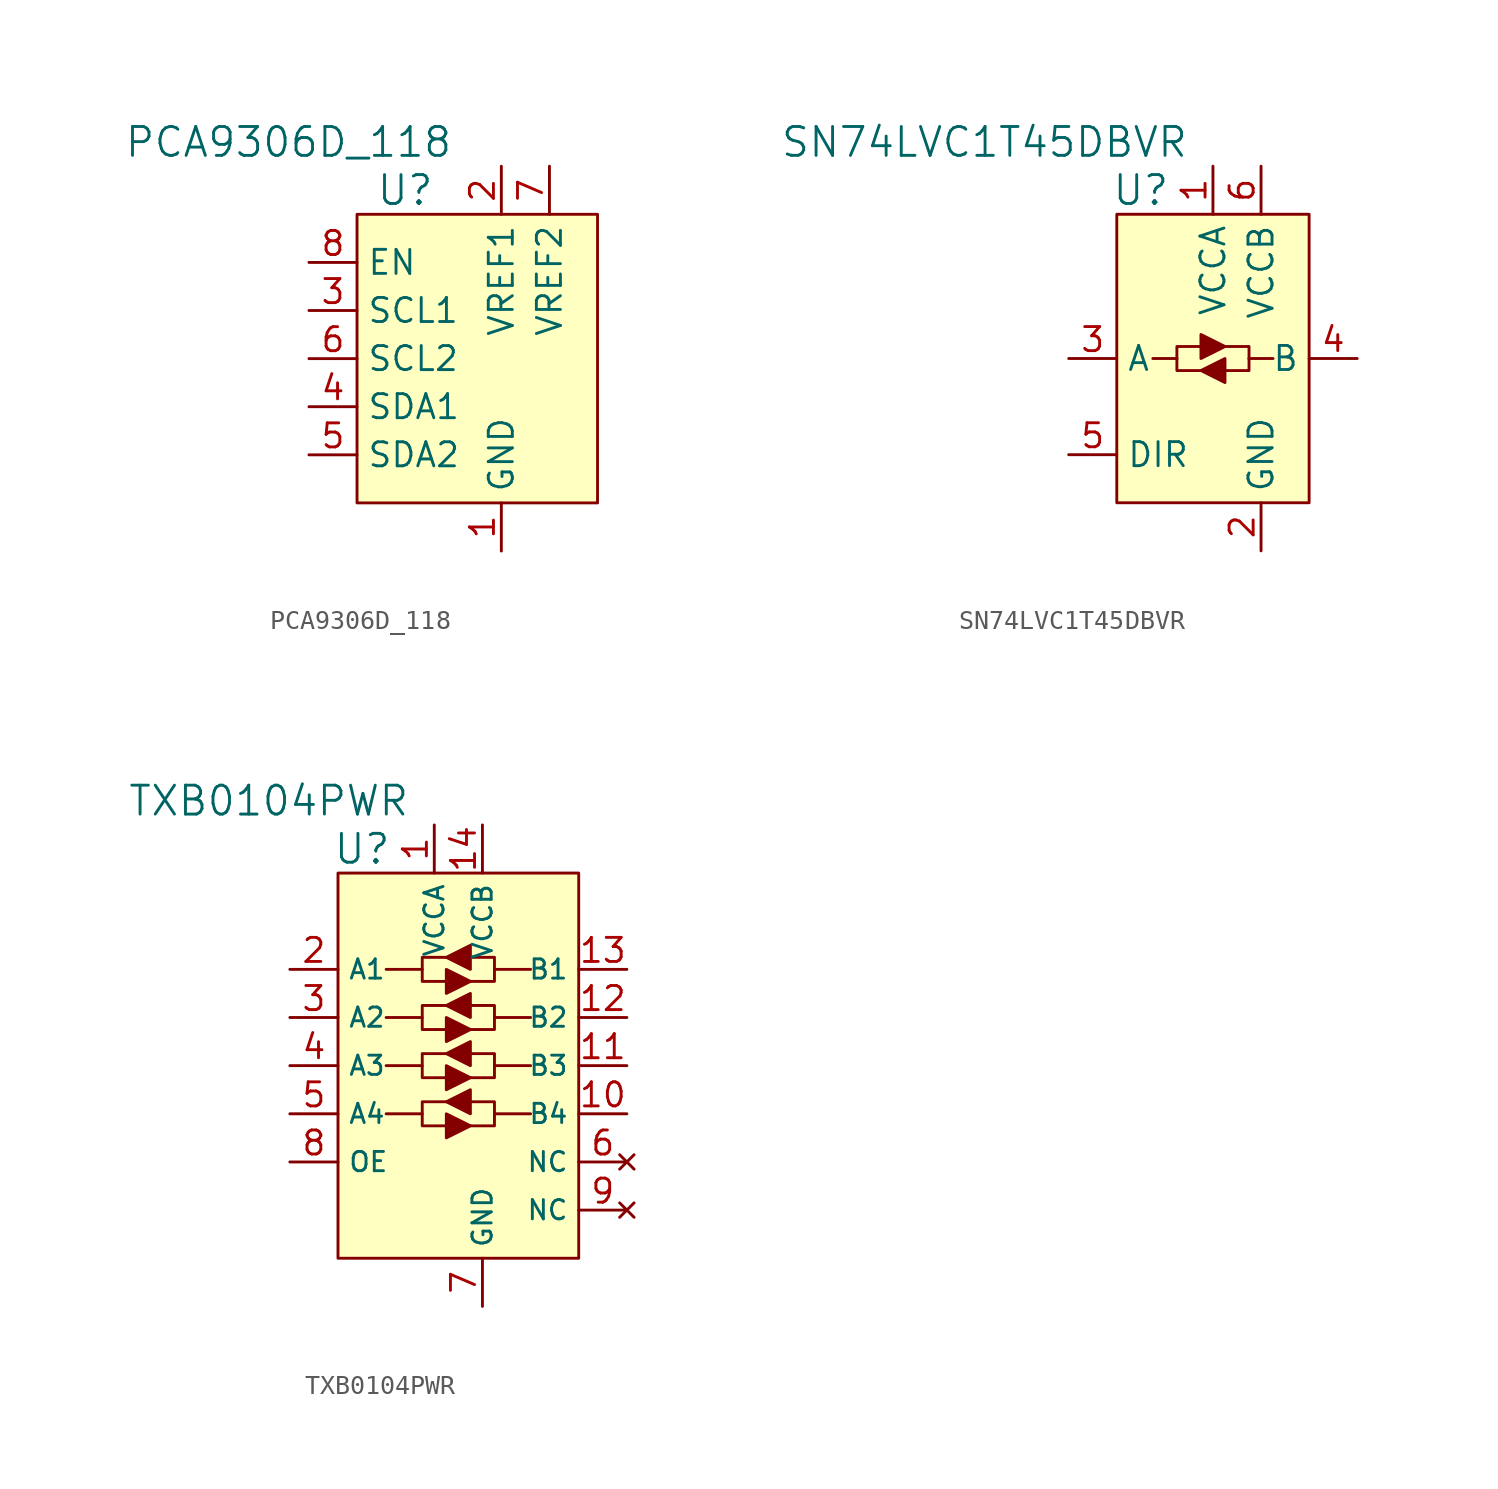
<source format=kicad_sym>
(kicad_symbol_lib
  (version 20220914)
  (generator kicad_symbol_editor)
  (symbol "PCA9306D_118"
    (property "Reference" "U"
      (at -5.08 11.43 0)
      (effects (font (size 1.524 1.524))))
    (property "Value" "PCA9306D_118"
      (at -2.54 13.97 0)
      (effects (font (size 1.524 1.524)) (justify right)))
    (symbol "PCA9306D_118_0_1"
      (rectangle (start -7.62 10.16) (end 5.08 -5.08) (stroke (width 0) (type default)) (fill (type background))))
    (symbol "PCA9306D_118_1_1"
      (pin power_in line (at 0 -7.62 90) (length 2.54) (name "GND" (effects (font (size 1.27 1.27)))) (number "1" (effects (font (size 1.27 1.27)))))
      (pin power_in line (at 0 12.7 270) (length 2.54) (name "VREF1" (effects (font (size 1.27 1.27)))) (number "2" (effects (font (size 1.27 1.27)))))
      (pin input line (at -10.16 5.08 0) (length 2.54) (name "SCL1" (effects (font (size 1.27 1.27)))) (number "3" (effects (font (size 1.27 1.27)))))
      (pin bidirectional line (at -10.16 0 0) (length 2.54) (name "SDA1" (effects (font (size 1.27 1.27)))) (number "4" (effects (font (size 1.27 1.27)))))
      (pin bidirectional line (at -10.16 -2.54 0) (length 2.54) (name "SDA2" (effects (font (size 1.27 1.27)))) (number "5" (effects (font (size 1.27 1.27)))))
      (pin input line (at -10.16 2.54 0) (length 2.54) (name "SCL2" (effects (font (size 1.27 1.27)))) (number "6" (effects (font (size 1.27 1.27)))))
      (pin power_in line (at 2.54 12.7 270) (length 2.54) (name "VREF2" (effects (font (size 1.27 1.27)))) (number "7" (effects (font (size 1.27 1.27)))))
      (pin input line (at -10.16 7.62 0) (length 2.54) (name "EN" (effects (font (size 1.27 1.27)))) (number "8" (effects (font (size 1.27 1.27)))))))
  (symbol "SN74LVC1T45DBVR"
    (property "Reference" "U"
      (at -3.81 8.89 0)
      (effects (font (size 1.524 1.524))))
    (property "Value" "SN74LVC1T45DBVR"
      (at -1.27 11.43 0)
      (effects (font (size 1.524 1.524)) (justify right)))
    (symbol "SN74LVC1T45DBVR_0_1"
      (rectangle (start -5.08 7.62) (end 5.08 -7.62) (stroke (width 0) (type default)) (fill (type background)))
      (polyline (pts (xy -3.175 0) (xy -1.905 0)) (stroke (width 0) (type default)) (fill (type none)))
      (polyline (pts (xy 3.175 0) (xy 1.905 0)) (stroke (width 0) (type default)) (fill (type none)))
      (polyline (pts (xy -1.905 0) (xy -1.905 -0.635) (xy -0.508 -0.635)) (stroke (width 0) (type default)) (fill (type none)))
      (polyline (pts (xy -1.905 0) (xy -1.905 0.635) (xy -0.635 0.635)) (stroke (width 0) (type default)) (fill (type none)))
      (polyline (pts (xy 1.905 0) (xy 1.905 -0.635) (xy 0.635 -0.635)) (stroke (width 0) (type default)) (fill (type none)))
      (polyline (pts (xy 1.905 0) (xy 1.905 0.635) (xy 0.635 0.635)) (stroke (width 0) (type default)) (fill (type none)))
      (polyline (pts (xy -0.635 1.27) (xy -0.635 0) (xy 0.635 0.635) (xy -0.635 1.27)) (stroke (width 0) (type default)) (fill (type outline)))
      (polyline (pts (xy 0.635 0) (xy 0.635 -1.27) (xy -0.635 -0.635) (xy 0.635 0)) (stroke (width 0) (type default)) (fill (type outline))))
    (symbol "SN74LVC1T45DBVR_1_1"
      (pin power_in line (at 0 10.16 270) (length 2.54) (name "VCCA" (effects (font (size 1.27 1.27)))) (number "1" (effects (font (size 1.27 1.27)))))
      (pin power_in line (at 2.54 -10.16 90) (length 2.54) (name "GND" (effects (font (size 1.27 1.27)))) (number "2" (effects (font (size 1.27 1.27)))))
      (pin bidirectional line (at -7.62 0 0) (length 2.54) (name "A" (effects (font (size 1.27 1.27)))) (number "3" (effects (font (size 1.27 1.27)))))
      (pin bidirectional line (at 7.62 0 180) (length 2.54) (name "B" (effects (font (size 1.27 1.27)))) (number "4" (effects (font (size 1.27 1.27)))))
      (pin input line (at -7.62 -5.08 0) (length 2.54) (name "DIR" (effects (font (size 1.27 1.27)))) (number "5" (effects (font (size 1.27 1.27)))))
      (pin power_in line (at 2.54 10.16 270) (length 2.54) (name "VCCB" (effects (font (size 1.27 1.27)))) (number "6" (effects (font (size 1.27 1.27)))))))
  (symbol "TXB0104PWR"
    (property "Reference" "U"
      (at -6.35 11.43 0)
      (effects (font (size 1.524 1.524))))
    (property "Value" "TXB0104PWR"
      (at -3.81 13.97 0)
      (effects (font (size 1.524 1.524)) (justify right)))
    (symbol "TXB0104PWR_0_1"
      (rectangle (start -7.62 10.16) (end 5.08 -10.16) (stroke (width 0) (type default)) (fill (type background)))
      (polyline (pts (xy -5.08 -2.54) (xy -3.175 -2.54)) (stroke (width 0) (type default)) (fill (type none)))
      (polyline (pts (xy -5.08 2.54) (xy -3.175 2.54)) (stroke (width 0) (type default)) (fill (type none)))
      (polyline (pts (xy -3.175 0) (xy -5.08 0)) (stroke (width 0) (type default)) (fill (type none)))
      (polyline (pts (xy -3.175 5.08) (xy -5.08 5.08)) (stroke (width 0) (type default)) (fill (type none)))
      (polyline (pts (xy 0.635 -2.54) (xy 2.54 -2.54)) (stroke (width 0) (type default)) (fill (type none)))
      (polyline (pts (xy 0.635 5.08) (xy 2.54 5.08)) (stroke (width 0) (type default)) (fill (type none)))
      (polyline (pts (xy 2.54 0) (xy 0.635 0)) (stroke (width 0) (type default)) (fill (type none)))
      (polyline (pts (xy 2.54 2.54) (xy 0.635 2.54)) (stroke (width 0) (type default)) (fill (type none)))
      (polyline (pts (xy -1.905 -2.54) (xy -1.905 -3.81) (xy -0.635 -3.175) (xy -1.905 -2.54)) (stroke (width 0) (type default)) (fill (type outline)))
      (polyline (pts (xy -1.905 -1.905) (xy -3.175 -1.905) (xy -3.175 -3.175) (xy -1.905 -3.175)) (stroke (width 0) (type default)) (fill (type none)))
      (polyline (pts (xy -1.905 -1.905) (xy -0.635 -1.27) (xy -0.635 -2.54) (xy -1.905 -1.905)) (stroke (width 0) (type default)) (fill (type outline)))
      (polyline (pts (xy -1.905 0) (xy -1.905 -1.27) (xy -0.635 -0.635) (xy -1.905 0)) (stroke (width 0) (type default)) (fill (type outline)))
      (polyline (pts (xy -1.905 0.635) (xy -3.175 0.635) (xy -3.175 -0.635) (xy -1.905 -0.635)) (stroke (width 0) (type default)) (fill (type none)))
      (polyline (pts (xy -1.905 0.635) (xy -0.635 1.27) (xy -0.635 0) (xy -1.905 0.635)) (stroke (width 0) (type default)) (fill (type outline)))
      (polyline (pts (xy -1.905 2.54) (xy -1.905 1.27) (xy -0.635 1.905) (xy -1.905 2.54)) (stroke (width 0) (type default)) (fill (type outline)))
      (polyline (pts (xy -1.905 3.175) (xy -3.175 3.175) (xy -3.175 1.905) (xy -1.905 1.905)) (stroke (width 0) (type default)) (fill (type none)))
      (polyline (pts (xy -1.905 3.175) (xy -0.635 3.81) (xy -0.635 2.54) (xy -1.905 3.175)) (stroke (width 0) (type default)) (fill (type outline)))
      (polyline (pts (xy -1.905 5.08) (xy -1.905 3.81) (xy -0.635 4.445) (xy -1.905 5.08)) (stroke (width 0) (type default)) (fill (type outline)))
      (polyline (pts (xy -1.905 5.715) (xy -3.175 5.715) (xy -3.175 4.445) (xy -1.905 4.445)) (stroke (width 0) (type default)) (fill (type none)))
      (polyline (pts (xy -1.905 5.715) (xy -0.635 6.35) (xy -0.635 5.08) (xy -1.905 5.715)) (stroke (width 0) (type default)) (fill (type outline)))
      (polyline (pts (xy -0.635 -1.905) (xy 0.635 -1.905) (xy 0.635 -3.175) (xy -0.635 -3.175)) (stroke (width 0) (type default)) (fill (type none)))
      (polyline (pts (xy -0.635 0.635) (xy 0.635 0.635) (xy 0.635 -0.635) (xy -0.635 -0.635)) (stroke (width 0) (type default)) (fill (type none)))
      (polyline (pts (xy -0.635 3.175) (xy 0.635 3.175) (xy 0.635 1.905) (xy -0.635 1.905)) (stroke (width 0) (type default)) (fill (type none)))
      (polyline (pts (xy -0.635 5.715) (xy 0.635 5.715) (xy 0.635 4.445) (xy -0.635 4.445)) (stroke (width 0) (type default)) (fill (type none))))
    (symbol "TXB0104PWR_1_1"
      (pin power_in line (at -2.54 12.7 270) (length 2.54) (name "VCCA" (effects (font (size 1.016 1.016)))) (number "1" (effects (font (size 1.27 1.27)))))
      (pin bidirectional line (at 7.62 -2.54 180) (length 2.54) (name "B4" (effects (font (size 1.016 1.016)))) (number "10" (effects (font (size 1.27 1.27)))))
      (pin bidirectional line (at 7.62 0 180) (length 2.54) (name "B3" (effects (font (size 1.016 1.016)))) (number "11" (effects (font (size 1.27 1.27)))))
      (pin bidirectional line (at 7.62 2.54 180) (length 2.54) (name "B2" (effects (font (size 1.016 1.016)))) (number "12" (effects (font (size 1.27 1.27)))))
      (pin bidirectional line (at 7.62 5.08 180) (length 2.54) (name "B1" (effects (font (size 1.016 1.016)))) (number "13" (effects (font (size 1.27 1.27)))))
      (pin power_in line (at 0 12.7 270) (length 2.54) (name "VCCB" (effects (font (size 1.016 1.016)))) (number "14" (effects (font (size 1.27 1.27)))))
      (pin bidirectional line (at -10.16 5.08 0) (length 2.54) (name "A1" (effects (font (size 1.016 1.016)))) (number "2" (effects (font (size 1.27 1.27)))))
      (pin bidirectional line (at -10.16 2.54 0) (length 2.54) (name "A2" (effects (font (size 1.016 1.016)))) (number "3" (effects (font (size 1.27 1.27)))))
      (pin bidirectional line (at -10.16 0 0) (length 2.54) (name "A3" (effects (font (size 1.016 1.016)))) (number "4" (effects (font (size 1.27 1.27)))))
      (pin bidirectional line (at -10.16 -2.54 0) (length 2.54) (name "A4" (effects (font (size 1.016 1.016)))) (number "5" (effects (font (size 1.27 1.27)))))
      (pin no_connect line (at 7.62 -5.08 180) (length 2.54) (name "NC" (effects (font (size 1.016 1.016)))) (number "6" (effects (font (size 1.27 1.27)))))
      (pin power_in line (at 0 -12.7 90) (length 2.54) (name "GND" (effects (font (size 1.016 1.016)))) (number "7" (effects (font (size 1.27 1.27)))))
      (pin tri_state line (at -10.16 -5.08 0) (length 2.54) (name "OE" (effects (font (size 1.016 1.016)))) (number "8" (effects (font (size 1.27 1.27)))))
      (pin no_connect line (at 7.62 -7.62 180) (length 2.54) (name "NC" (effects (font (size 1.016 1.016)))) (number "9" (effects (font (size 1.27 1.27))))))))
</source>
